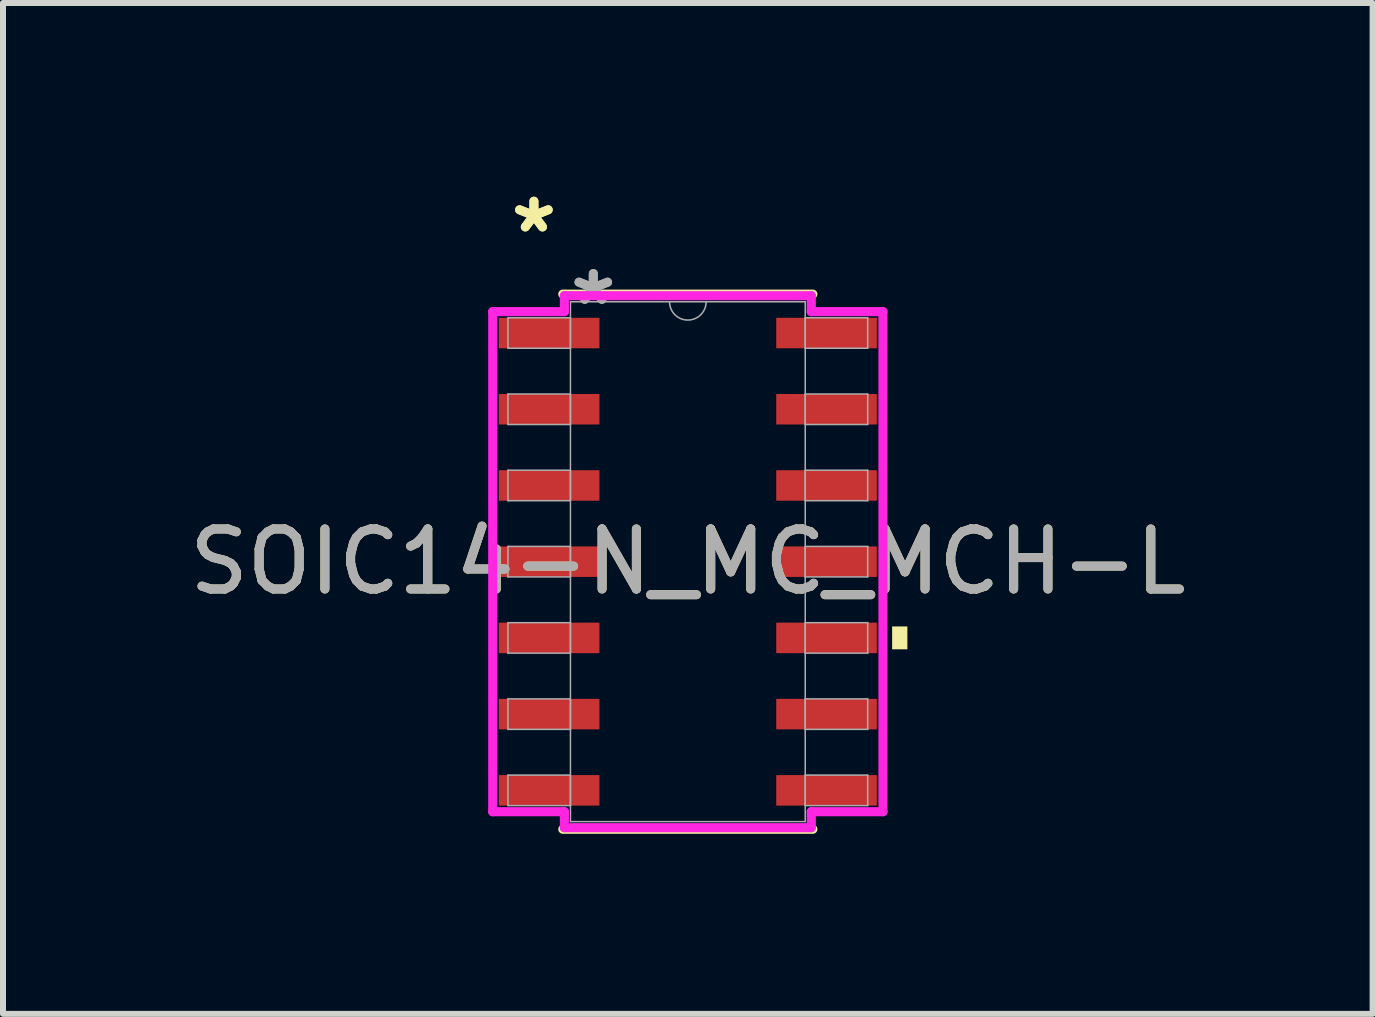
<source format=kicad_pcb>
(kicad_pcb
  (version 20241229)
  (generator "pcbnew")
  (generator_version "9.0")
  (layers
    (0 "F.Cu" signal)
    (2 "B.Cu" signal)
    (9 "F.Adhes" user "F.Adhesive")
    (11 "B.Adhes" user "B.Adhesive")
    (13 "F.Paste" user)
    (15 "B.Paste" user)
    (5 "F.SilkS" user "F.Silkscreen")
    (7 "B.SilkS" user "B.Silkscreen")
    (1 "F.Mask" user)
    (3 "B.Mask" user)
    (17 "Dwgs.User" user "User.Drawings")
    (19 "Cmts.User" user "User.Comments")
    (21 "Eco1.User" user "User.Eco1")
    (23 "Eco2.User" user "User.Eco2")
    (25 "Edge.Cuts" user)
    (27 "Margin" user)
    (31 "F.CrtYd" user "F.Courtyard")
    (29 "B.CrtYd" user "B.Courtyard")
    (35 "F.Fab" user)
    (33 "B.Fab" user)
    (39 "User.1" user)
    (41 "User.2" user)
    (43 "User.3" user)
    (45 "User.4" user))
  (footprint "SOIC14-N_MC_MCH-L"
    (layer "F.Cu")
    (at 8.411 6.309)
    (property "Reference" "SOIC14-N_MC_MCH-L" (at 0 0 0) (unlocked yes) (layer "F.SilkS") (effects (font (size 1 1) (thickness 0.15))))
    (attr smd)
    (fp_line (start -2.083 4.458) (end 2.083 4.458) (stroke (width 0.152) (type solid)) (layer "F.SilkS"))
    (fp_line (start 2.083 -4.458) (end -2.083 -4.458) (stroke (width 0.152) (type solid)) (layer "F.SilkS"))
    (fp_poly (pts (xy 3.658 1.079) (xy 3.658 1.46) (xy 3.404 1.46) (xy 3.404 1.079)) (stroke (width 0) (type solid)) (fill yes) (layer "F.SilkS"))
    (fp_line (start -3.251 -4.166) (end -2.057 -4.166) (stroke (width 0.152) (type solid)) (layer "F.CrtYd"))
    (fp_line (start -3.251 4.166) (end -3.251 -4.166) (stroke (width 0.152) (type solid)) (layer "F.CrtYd"))
    (fp_line (start -3.251 4.166) (end -2.057 4.166) (stroke (width 0.152) (type solid)) (layer "F.CrtYd"))
    (fp_line (start -2.057 -4.432) (end 2.057 -4.432) (stroke (width 0.152) (type solid)) (layer "F.CrtYd"))
    (fp_line (start -2.057 -4.166) (end -2.057 -4.432) (stroke (width 0.152) (type solid)) (layer "F.CrtYd"))
    (fp_line (start -2.057 4.432) (end -2.057 4.166) (stroke (width 0.152) (type solid)) (layer "F.CrtYd"))
    (fp_line (start 2.057 -4.432) (end 2.057 -4.166) (stroke (width 0.152) (type solid)) (layer "F.CrtYd"))
    (fp_line (start 2.057 4.166) (end 2.057 4.432) (stroke (width 0.152) (type solid)) (layer "F.CrtYd"))
    (fp_line (start 2.057 4.432) (end -2.057 4.432) (stroke (width 0.152) (type solid)) (layer "F.CrtYd"))
    (fp_line (start 3.251 -4.166) (end 2.057 -4.166) (stroke (width 0.152) (type solid)) (layer "F.CrtYd"))
    (fp_line (start 3.251 -4.166) (end 3.251 4.166) (stroke (width 0.152) (type solid)) (layer "F.CrtYd"))
    (fp_line (start 3.251 4.166) (end 2.057 4.166) (stroke (width 0.152) (type solid)) (layer "F.CrtYd"))
    (fp_line (start -2.997 -4.064) (end -2.997 -3.556) (stroke (width 0.025) (type solid)) (layer "F.Fab"))
    (fp_line (start -2.997 -3.556) (end -1.956 -3.556) (stroke (width 0.025) (type solid)) (layer "F.Fab"))
    (fp_line (start -2.997 -2.794) (end -2.997 -2.286) (stroke (width 0.025) (type solid)) (layer "F.Fab"))
    (fp_line (start -2.997 -2.286) (end -1.956 -2.286) (stroke (width 0.025) (type solid)) (layer "F.Fab"))
    (fp_line (start -2.997 -1.524) (end -2.997 -1.016) (stroke (width 0.025) (type solid)) (layer "F.Fab"))
    (fp_line (start -2.997 -1.016) (end -1.956 -1.016) (stroke (width 0.025) (type solid)) (layer "F.Fab"))
    (fp_line (start -2.997 -0.254) (end -2.997 0.254) (stroke (width 0.025) (type solid)) (layer "F.Fab"))
    (fp_line (start -2.997 0.254) (end -1.956 0.254) (stroke (width 0.025) (type solid)) (layer "F.Fab"))
    (fp_line (start -2.997 1.016) (end -2.997 1.524) (stroke (width 0.025) (type solid)) (layer "F.Fab"))
    (fp_line (start -2.997 1.524) (end -1.956 1.524) (stroke (width 0.025) (type solid)) (layer "F.Fab"))
    (fp_line (start -2.997 2.286) (end -2.997 2.794) (stroke (width 0.025) (type solid)) (layer "F.Fab"))
    (fp_line (start -2.997 2.794) (end -1.956 2.794) (stroke (width 0.025) (type solid)) (layer "F.Fab"))
    (fp_line (start -2.997 3.556) (end -2.997 4.064) (stroke (width 0.025) (type solid)) (layer "F.Fab"))
    (fp_line (start -2.997 4.064) (end -1.956 4.064) (stroke (width 0.025) (type solid)) (layer "F.Fab"))
    (fp_line (start -1.956 -4.331) (end -1.956 4.331) (stroke (width 0.025) (type solid)) (layer "F.Fab"))
    (fp_line (start -1.956 -4.064) (end -2.997 -4.064) (stroke (width 0.025) (type solid)) (layer "F.Fab"))
    (fp_line (start -1.956 -3.556) (end -1.956 -4.064) (stroke (width 0.025) (type solid)) (layer "F.Fab"))
    (fp_line (start -1.956 -2.794) (end -2.997 -2.794) (stroke (width 0.025) (type solid)) (layer "F.Fab"))
    (fp_line (start -1.956 -2.286) (end -1.956 -2.794) (stroke (width 0.025) (type solid)) (layer "F.Fab"))
    (fp_line (start -1.956 -1.524) (end -2.997 -1.524) (stroke (width 0.025) (type solid)) (layer "F.Fab"))
    (fp_line (start -1.956 -1.016) (end -1.956 -1.524) (stroke (width 0.025) (type solid)) (layer "F.Fab"))
    (fp_line (start -1.956 -0.254) (end -2.997 -0.254) (stroke (width 0.025) (type solid)) (layer "F.Fab"))
    (fp_line (start -1.956 0.254) (end -1.956 -0.254) (stroke (width 0.025) (type solid)) (layer "F.Fab"))
    (fp_line (start -1.956 1.016) (end -2.997 1.016) (stroke (width 0.025) (type solid)) (layer "F.Fab"))
    (fp_line (start -1.956 1.524) (end -1.956 1.016) (stroke (width 0.025) (type solid)) (layer "F.Fab"))
    (fp_line (start -1.956 2.286) (end -2.997 2.286) (stroke (width 0.025) (type solid)) (layer "F.Fab"))
    (fp_line (start -1.956 2.794) (end -1.956 2.286) (stroke (width 0.025) (type solid)) (layer "F.Fab"))
    (fp_line (start -1.956 3.556) (end -2.997 3.556) (stroke (width 0.025) (type solid)) (layer "F.Fab"))
    (fp_line (start -1.956 4.064) (end -1.956 3.556) (stroke (width 0.025) (type solid)) (layer "F.Fab"))
    (fp_line (start -1.956 4.331) (end 1.956 4.331) (stroke (width 0.025) (type solid)) (layer "F.Fab"))
    (fp_line (start 1.956 -4.331) (end -1.956 -4.331) (stroke (width 0.025) (type solid)) (layer "F.Fab"))
    (fp_line (start 1.956 -4.064) (end 1.956 -3.556) (stroke (width 0.025) (type solid)) (layer "F.Fab"))
    (fp_line (start 1.956 -3.556) (end 2.997 -3.556) (stroke (width 0.025) (type solid)) (layer "F.Fab"))
    (fp_line (start 1.956 -2.794) (end 1.956 -2.286) (stroke (width 0.025) (type solid)) (layer "F.Fab"))
    (fp_line (start 1.956 -2.286) (end 2.997 -2.286) (stroke (width 0.025) (type solid)) (layer "F.Fab"))
    (fp_line (start 1.956 -1.524) (end 1.956 -1.016) (stroke (width 0.025) (type solid)) (layer "F.Fab"))
    (fp_line (start 1.956 -1.016) (end 2.997 -1.016) (stroke (width 0.025) (type solid)) (layer "F.Fab"))
    (fp_line (start 1.956 -0.254) (end 1.956 0.254) (stroke (width 0.025) (type solid)) (layer "F.Fab"))
    (fp_line (start 1.956 0.254) (end 2.997 0.254) (stroke (width 0.025) (type solid)) (layer "F.Fab"))
    (fp_line (start 1.956 1.016) (end 1.956 1.524) (stroke (width 0.025) (type solid)) (layer "F.Fab"))
    (fp_line (start 1.956 1.524) (end 2.997 1.524) (stroke (width 0.025) (type solid)) (layer "F.Fab"))
    (fp_line (start 1.956 2.286) (end 1.956 2.794) (stroke (width 0.025) (type solid)) (layer "F.Fab"))
    (fp_line (start 1.956 2.794) (end 2.997 2.794) (stroke (width 0.025) (type solid)) (layer "F.Fab"))
    (fp_line (start 1.956 3.556) (end 1.956 4.064) (stroke (width 0.025) (type solid)) (layer "F.Fab"))
    (fp_line (start 1.956 4.064) (end 2.997 4.064) (stroke (width 0.025) (type solid)) (layer "F.Fab"))
    (fp_line (start 1.956 4.331) (end 1.956 -4.331) (stroke (width 0.025) (type solid)) (layer "F.Fab"))
    (fp_line (start 2.997 -4.064) (end 1.956 -4.064) (stroke (width 0.025) (type solid)) (layer "F.Fab"))
    (fp_line (start 2.997 -3.556) (end 2.997 -4.064) (stroke (width 0.025) (type solid)) (layer "F.Fab"))
    (fp_line (start 2.997 -2.794) (end 1.956 -2.794) (stroke (width 0.025) (type solid)) (layer "F.Fab"))
    (fp_line (start 2.997 -2.286) (end 2.997 -2.794) (stroke (width 0.025) (type solid)) (layer "F.Fab"))
    (fp_line (start 2.997 -1.524) (end 1.956 -1.524) (stroke (width 0.025) (type solid)) (layer "F.Fab"))
    (fp_line (start 2.997 -1.016) (end 2.997 -1.524) (stroke (width 0.025) (type solid)) (layer "F.Fab"))
    (fp_line (start 2.997 -0.254) (end 1.956 -0.254) (stroke (width 0.025) (type solid)) (layer "F.Fab"))
    (fp_line (start 2.997 0.254) (end 2.997 -0.254) (stroke (width 0.025) (type solid)) (layer "F.Fab"))
    (fp_line (start 2.997 1.016) (end 1.956 1.016) (stroke (width 0.025) (type solid)) (layer "F.Fab"))
    (fp_line (start 2.997 1.524) (end 2.997 1.016) (stroke (width 0.025) (type solid)) (layer "F.Fab"))
    (fp_line (start 2.997 2.286) (end 1.956 2.286) (stroke (width 0.025) (type solid)) (layer "F.Fab"))
    (fp_line (start 2.997 2.794) (end 2.997 2.286) (stroke (width 0.025) (type solid)) (layer "F.Fab"))
    (fp_line (start 2.997 3.556) (end 1.956 3.556) (stroke (width 0.025) (type solid)) (layer "F.Fab"))
    (fp_line (start 2.997 4.064) (end 2.997 3.556) (stroke (width 0.025) (type solid)) (layer "F.Fab"))
    (fp_arc (start 0.3048 -4.3307) (mid 0 -4.0259) (end -0.3048 -4.3307) (stroke (width 0.0254) (type solid)) (layer "F.Fab"))
    (fp_text user "*" (at -2.565 -5.461 0) (unlocked yes) (layer "F.SilkS") (effects (font (size 1 1) (thickness 0.15))))
    (fp_text user "*" (at -2.565 -5.461 0) (layer "F.SilkS") (effects (font (size 1 1) (thickness 0.15))))
    (fp_text user "${REFERENCE}" (at 0 0 0) (unlocked yes) (layer "F.Fab") (effects (font (size 1 1) (thickness 0.15))))
    (fp_text user "*" (at -1.575 -4.255 0) (layer "F.Fab") (effects (font (size 1 1) (thickness 0.15))))
    (fp_text user "*" (at -1.575 -4.255 0) (unlocked yes) (layer "F.Fab") (effects (font (size 1 1) (thickness 0.15))))
    (pad "1" smd rect (at -2.311 -3.81) (size 1.676 0.508) (layers "F.Cu" "F.Mask" "F.Paste"))
    (pad "2" smd rect (at -2.311 -2.54) (size 1.676 0.508) (layers "F.Cu" "F.Mask" "F.Paste"))
    (pad "3" smd rect (at -2.311 -1.27) (size 1.676 0.508) (layers "F.Cu" "F.Mask" "F.Paste"))
    (pad "4" smd rect (at -2.311 0) (size 1.676 0.508) (layers "F.Cu" "F.Mask" "F.Paste"))
    (pad "5" smd rect (at -2.311 1.27) (size 1.676 0.508) (layers "F.Cu" "F.Mask" "F.Paste"))
    (pad "6" smd rect (at -2.311 2.54) (size 1.676 0.508) (layers "F.Cu" "F.Mask" "F.Paste"))
    (pad "7" smd rect (at -2.311 3.81) (size 1.676 0.508) (layers "F.Cu" "F.Mask" "F.Paste"))
    (pad "8" smd rect (at 2.311 3.81) (size 1.676 0.508) (layers "F.Cu" "F.Mask" "F.Paste"))
    (pad "9" smd rect (at 2.311 2.54) (size 1.676 0.508) (layers "F.Cu" "F.Mask" "F.Paste"))
    (pad "10" smd rect (at 2.311 1.27) (size 1.676 0.508) (layers "F.Cu" "F.Mask" "F.Paste"))
    (pad "11" smd rect (at 2.311 0) (size 1.676 0.508) (layers "F.Cu" "F.Mask" "F.Paste"))
    (pad "12" smd rect (at 2.311 -1.27) (size 1.676 0.508) (layers "F.Cu" "F.Mask" "F.Paste"))
    (pad "13" smd rect (at 2.311 -2.54) (size 1.676 0.508) (layers "F.Cu" "F.Mask" "F.Paste"))
    (pad "14" smd rect (at 2.311 -3.81) (size 1.676 0.508) (layers "F.Cu" "F.Mask" "F.Paste")))
  (gr_rect
    (start -3 -3)
    (end 19.821 13.843)
    (stroke (width 0.1) (type default))
    (fill no)
    (layer "Edge.Cuts")))
</source>
